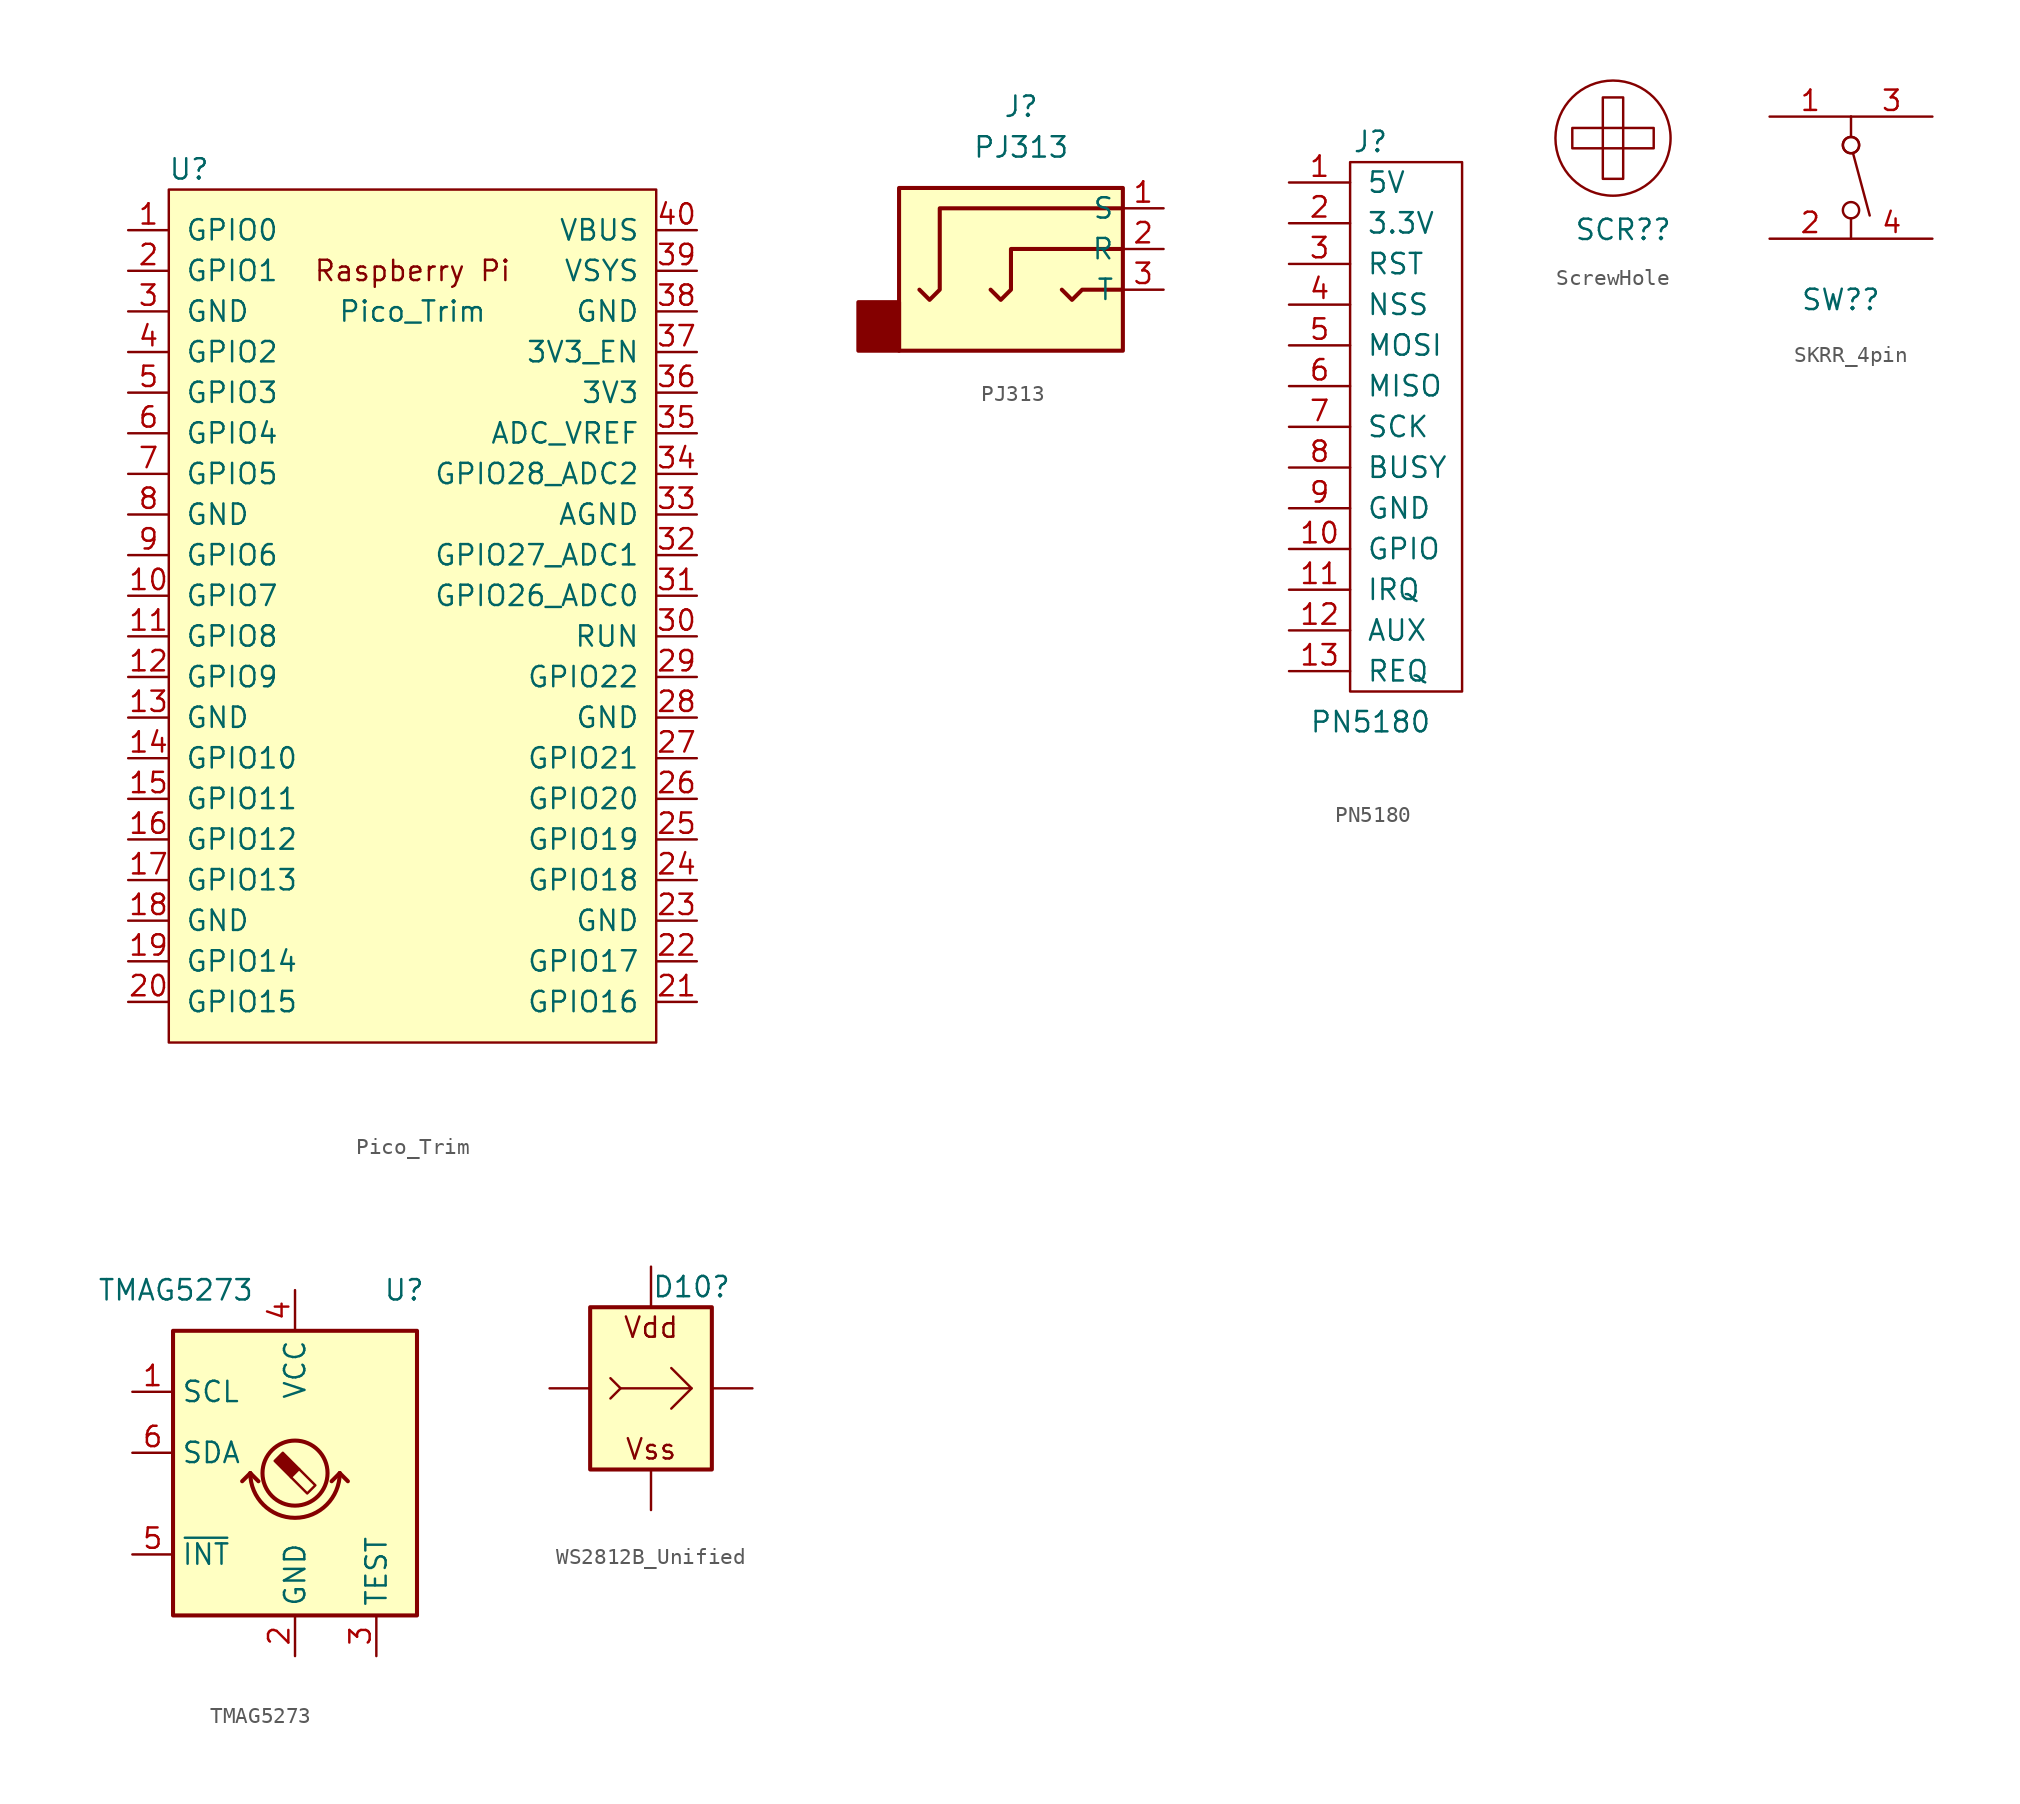
<source format=kicad_sym>
(kicad_symbol_lib
  (version 20241209)
  (generator "kicad_symbol_editor")
  (generator_version "9.0")
  (symbol "Pico_Trim"
    (pin_names
      (offset 1.016))
    (property "Reference" "U"
      (at -13.97 27.94 0)
      (effects (font (size 1.27 1.27))))
    (property "Value" "Pico_Trim"
      (at 0 19.05 0)
      (effects (font (size 1.27 1.27))))
    (symbol "Pico_Trim_0_0"
      (text "Raspberry Pi" (at 0 21.59 0) (effects (font (size 1.27 1.27)))))
    (symbol "Pico_Trim_0_1"
      (rectangle (start -15.24 26.67) (end 15.24 -26.67) (stroke (width 0) (type default)) (fill (type background))))
    (symbol "Pico_Trim_1_1"
      (pin bidirectional line (at -17.78 24.13 0) (length 2.54) (name "GPIO0" (effects (font (size 1.27 1.27)))) (number "1" (effects (font (size 1.27 1.27)))))
      (pin bidirectional line (at -17.78 21.59 0) (length 2.54) (name "GPIO1" (effects (font (size 1.27 1.27)))) (number "2" (effects (font (size 1.27 1.27)))))
      (pin power_in line (at -17.78 19.05 0) (length 2.54) (name "GND" (effects (font (size 1.27 1.27)))) (number "3" (effects (font (size 1.27 1.27)))))
      (pin bidirectional line (at -17.78 16.51 0) (length 2.54) (name "GPIO2" (effects (font (size 1.27 1.27)))) (number "4" (effects (font (size 1.27 1.27)))))
      (pin bidirectional line (at -17.78 13.97 0) (length 2.54) (name "GPIO3" (effects (font (size 1.27 1.27)))) (number "5" (effects (font (size 1.27 1.27)))))
      (pin bidirectional line (at -17.78 11.43 0) (length 2.54) (name "GPIO4" (effects (font (size 1.27 1.27)))) (number "6" (effects (font (size 1.27 1.27)))))
      (pin bidirectional line (at -17.78 8.89 0) (length 2.54) (name "GPIO5" (effects (font (size 1.27 1.27)))) (number "7" (effects (font (size 1.27 1.27)))))
      (pin power_in line (at -17.78 6.35 0) (length 2.54) (name "GND" (effects (font (size 1.27 1.27)))) (number "8" (effects (font (size 1.27 1.27)))))
      (pin bidirectional line (at -17.78 3.81 0) (length 2.54) (name "GPIO6" (effects (font (size 1.27 1.27)))) (number "9" (effects (font (size 1.27 1.27)))))
      (pin bidirectional line (at -17.78 1.27 0) (length 2.54) (name "GPIO7" (effects (font (size 1.27 1.27)))) (number "10" (effects (font (size 1.27 1.27)))))
      (pin bidirectional line (at -17.78 -1.27 0) (length 2.54) (name "GPIO8" (effects (font (size 1.27 1.27)))) (number "11" (effects (font (size 1.27 1.27)))))
      (pin bidirectional line (at -17.78 -3.81 0) (length 2.54) (name "GPIO9" (effects (font (size 1.27 1.27)))) (number "12" (effects (font (size 1.27 1.27)))))
      (pin power_in line (at -17.78 -6.35 0) (length 2.54) (name "GND" (effects (font (size 1.27 1.27)))) (number "13" (effects (font (size 1.27 1.27)))))
      (pin bidirectional line (at -17.78 -8.89 0) (length 2.54) (name "GPIO10" (effects (font (size 1.27 1.27)))) (number "14" (effects (font (size 1.27 1.27)))))
      (pin bidirectional line (at -17.78 -11.43 0) (length 2.54) (name "GPIO11" (effects (font (size 1.27 1.27)))) (number "15" (effects (font (size 1.27 1.27)))))
      (pin bidirectional line (at -17.78 -13.97 0) (length 2.54) (name "GPIO12" (effects (font (size 1.27 1.27)))) (number "16" (effects (font (size 1.27 1.27)))))
      (pin bidirectional line (at -17.78 -16.51 0) (length 2.54) (name "GPIO13" (effects (font (size 1.27 1.27)))) (number "17" (effects (font (size 1.27 1.27)))))
      (pin power_in line (at -17.78 -19.05 0) (length 2.54) (name "GND" (effects (font (size 1.27 1.27)))) (number "18" (effects (font (size 1.27 1.27)))))
      (pin bidirectional line (at -17.78 -21.59 0) (length 2.54) (name "GPIO14" (effects (font (size 1.27 1.27)))) (number "19" (effects (font (size 1.27 1.27)))))
      (pin bidirectional line (at -17.78 -24.13 0) (length 2.54) (name "GPIO15" (effects (font (size 1.27 1.27)))) (number "20" (effects (font (size 1.27 1.27)))))
      (pin unspecified line (at 17.78 24.13 180) (length 2.54) (name "VBUS" (effects (font (size 1.27 1.27)))) (number "40" (effects (font (size 1.27 1.27)))))
      (pin unspecified line (at 17.78 21.59 180) (length 2.54) (name "VSYS" (effects (font (size 1.27 1.27)))) (number "39" (effects (font (size 1.27 1.27)))))
      (pin bidirectional line (at 17.78 19.05 180) (length 2.54) (name "GND" (effects (font (size 1.27 1.27)))) (number "38" (effects (font (size 1.27 1.27)))))
      (pin input line (at 17.78 16.51 180) (length 2.54) (name "3V3_EN" (effects (font (size 1.27 1.27)))) (number "37" (effects (font (size 1.27 1.27)))))
      (pin unspecified line (at 17.78 13.97 180) (length 2.54) (name "3V3" (effects (font (size 1.27 1.27)))) (number "36" (effects (font (size 1.27 1.27)))))
      (pin unspecified line (at 17.78 11.43 180) (length 2.54) (name "ADC_VREF" (effects (font (size 1.27 1.27)))) (number "35" (effects (font (size 1.27 1.27)))))
      (pin bidirectional line (at 17.78 8.89 180) (length 2.54) (name "GPIO28_ADC2" (effects (font (size 1.27 1.27)))) (number "34" (effects (font (size 1.27 1.27)))))
      (pin power_in line (at 17.78 6.35 180) (length 2.54) (name "AGND" (effects (font (size 1.27 1.27)))) (number "33" (effects (font (size 1.27 1.27)))))
      (pin bidirectional line (at 17.78 3.81 180) (length 2.54) (name "GPIO27_ADC1" (effects (font (size 1.27 1.27)))) (number "32" (effects (font (size 1.27 1.27)))))
      (pin bidirectional line (at 17.78 1.27 180) (length 2.54) (name "GPIO26_ADC0" (effects (font (size 1.27 1.27)))) (number "31" (effects (font (size 1.27 1.27)))))
      (pin input line (at 17.78 -1.27 180) (length 2.54) (name "RUN" (effects (font (size 1.27 1.27)))) (number "30" (effects (font (size 1.27 1.27)))))
      (pin bidirectional line (at 17.78 -3.81 180) (length 2.54) (name "GPIO22" (effects (font (size 1.27 1.27)))) (number "29" (effects (font (size 1.27 1.27)))))
      (pin power_in line (at 17.78 -6.35 180) (length 2.54) (name "GND" (effects (font (size 1.27 1.27)))) (number "28" (effects (font (size 1.27 1.27)))))
      (pin bidirectional line (at 17.78 -8.89 180) (length 2.54) (name "GPIO21" (effects (font (size 1.27 1.27)))) (number "27" (effects (font (size 1.27 1.27)))))
      (pin bidirectional line (at 17.78 -11.43 180) (length 2.54) (name "GPIO20" (effects (font (size 1.27 1.27)))) (number "26" (effects (font (size 1.27 1.27)))))
      (pin bidirectional line (at 17.78 -13.97 180) (length 2.54) (name "GPIO19" (effects (font (size 1.27 1.27)))) (number "25" (effects (font (size 1.27 1.27)))))
      (pin bidirectional line (at 17.78 -16.51 180) (length 2.54) (name "GPIO18" (effects (font (size 1.27 1.27)))) (number "24" (effects (font (size 1.27 1.27)))))
      (pin power_in line (at 17.78 -19.05 180) (length 2.54) (name "GND" (effects (font (size 1.27 1.27)))) (number "23" (effects (font (size 1.27 1.27)))))
      (pin bidirectional line (at 17.78 -21.59 180) (length 2.54) (name "GPIO17" (effects (font (size 1.27 1.27)))) (number "22" (effects (font (size 1.27 1.27)))))
      (pin bidirectional line (at 17.78 -24.13 180) (length 2.54) (name "GPIO16" (effects (font (size 1.27 1.27)))) (number "21" (effects (font (size 1.27 1.27)))))))
  (symbol "PJ313"
    (property "Reference" "J"
      (at 0 8.89 0)
      (effects (font (size 1.27 1.27))))
    (property "Value" "PJ313"
      (at 0 6.35 0)
      (effects (font (size 1.27 1.27))))
    (symbol "PJ313_0_1"
      (rectangle (start -10.16 -3.319) (end -7.62 -6.35) (stroke (width 0.254) (type default)) (fill (type outline)))
      (rectangle (start -7.62 3.81) (end 6.35 -6.35) (stroke (width 0.254) (type default)) (fill (type background)))
      (polyline (pts (xy -1.905 -2.54) (xy -1.27 -3.175) (xy -0.635 -2.54) (xy -0.635 0) (xy 6.35 0)) (stroke (width 0.254) (type default)) (fill (type none)))
      (polyline (pts (xy 2.54 -2.54) (xy 3.175 -3.175) (xy 3.81 -2.54) (xy 6.35 -2.54)) (stroke (width 0.254) (type default)) (fill (type none)))
      (polyline (pts (xy 6.35 2.54) (xy -5.08 2.54) (xy -5.08 -2.54) (xy -5.715 -3.175) (xy -6.35 -2.54)) (stroke (width 0.254) (type default)) (fill (type none))))
    (symbol "PJ313_1_1"
      (pin passive line (at 8.89 2.54 180) (length 2.54) (name "S" (effects (font (size 1.27 1.27)))) (number "1" (effects (font (size 1.27 1.27)))))
      (pin passive line (at 8.89 0 180) (length 2.54) (name "R" (effects (font (size 1.27 1.27)))) (number "2" (effects (font (size 1.27 1.27)))))
      (pin passive line (at 8.89 -2.54 180) (length 2.54) (name "T" (effects (font (size 1.27 1.27)))) (number "3" (effects (font (size 1.27 1.27)))))))
  (symbol "PN5180"
    (pin_names
      (offset 1.016))
    (property "Reference" "J"
      (at 0 17.78 0)
      (effects (font (size 1.27 1.27))))
    (property "Value" "PN5180"
      (at 0 -18.415 0)
      (effects (font (size 1.27 1.27))))
    (symbol "PN5180_1_1"
      (rectangle (start -1.27 16.51) (end 5.715 -16.51) (stroke (width 0) (type default)) (fill (type none)))
      (pin power_in line (at -5.08 15.24 0) (length 3.81) (name "5V" (effects (font (size 1.27 1.27)))) (number "1" (effects (font (size 1.27 1.27)))))
      (pin power_in line (at -5.08 12.7 0) (length 3.81) (name "3.3V" (effects (font (size 1.27 1.27)))) (number "2" (effects (font (size 1.27 1.27)))))
      (pin input line (at -5.08 10.16 0) (length 3.81) (name "RST" (effects (font (size 1.27 1.27)))) (number "3" (effects (font (size 1.27 1.27)))))
      (pin input line (at -5.08 7.62 0) (length 3.81) (name "NSS" (effects (font (size 1.27 1.27)))) (number "4" (effects (font (size 1.27 1.27)))))
      (pin input line (at -5.08 5.08 0) (length 3.81) (name "MOSI" (effects (font (size 1.27 1.27)))) (number "5" (effects (font (size 1.27 1.27)))))
      (pin output line (at -5.08 2.54 0) (length 3.81) (name "MISO" (effects (font (size 1.27 1.27)))) (number "6" (effects (font (size 1.27 1.27)))))
      (pin input line (at -5.08 0 0) (length 3.81) (name "SCK" (effects (font (size 1.27 1.27)))) (number "7" (effects (font (size 1.27 1.27)))))
      (pin output line (at -5.08 -2.54 0) (length 3.81) (name "BUSY" (effects (font (size 1.27 1.27)))) (number "8" (effects (font (size 1.27 1.27)))))
      (pin power_in line (at -5.08 -5.08 0) (length 3.81) (name "GND" (effects (font (size 1.27 1.27)))) (number "9" (effects (font (size 1.27 1.27)))))
      (pin bidirectional line (at -5.08 -7.62 0) (length 3.81) (name "GPIO" (effects (font (size 1.27 1.27)))) (number "10" (effects (font (size 1.27 1.27)))))
      (pin output line (at -5.08 -10.16 0) (length 3.81) (name "IRQ" (effects (font (size 1.27 1.27)))) (number "11" (effects (font (size 1.27 1.27)))))
      (pin bidirectional line (at -5.08 -12.7 0) (length 3.81) (name "AUX" (effects (font (size 1.27 1.27)))) (number "12" (effects (font (size 1.27 1.27)))))
      (pin bidirectional line (at -5.08 -15.24 0) (length 3.81) (name "REQ" (effects (font (size 1.27 1.27)))) (number "13" (effects (font (size 1.27 1.27)))))))
  (symbol "ScrewHole"
    (pin_names
      (offset 0)
      (hide yes))
    (property "Reference" "SCR?"
      (at 0.635 -5.715 0)
      (effects (font (size 1.27 1.27))))
    (symbol "ScrewHole_0_1"
      (rectangle (start -2.54 0.635) (end 2.54 -0.635) (stroke (width 0) (type default)) (fill (type none)))
      (rectangle (start -0.635 2.54) (end 0.635 -2.54) (stroke (width 0) (type default)) (fill (type none)))
      (circle (center 0 0) (radius 3.592) (stroke (width 0) (type default)) (fill (type none)))))
  (symbol "SKRR_4pin"
    (pin_names
      (offset 0)
      (hide yes))
    (property "Reference" "SW?"
      (at -0.635 -7.62 0)
      (effects (font (size 1.27 1.27))))
    (symbol "SKRR_4pin_0_0"
      (circle (center 0 2.032) (radius 0.508) (stroke (width 0) (type default)) (fill (type none)))
      (circle (center 0 2.032) (radius 0.508) (stroke (width 0) (type default)) (fill (type none)))
      (circle (center 0 -2.032) (radius 0.508) (stroke (width 0) (type default)) (fill (type none)))
      (polyline (pts (xy 0.127 1.524) (xy 1.168 -2.362)) (stroke (width 0) (type default)) (fill (type none))))
    (symbol "SKRR_4pin_0_1"
      (polyline (pts (xy 0 3.81) (xy 0 2.54)) (stroke (width 0) (type default)) (fill (type none)))
      (polyline (pts (xy 0 -2.54) (xy 0 -3.81)) (stroke (width 0) (type default)) (fill (type none))))
    (symbol "SKRR_4pin_1_1"
      (pin passive line (at -5.08 3.81 0) (length 5.08) (name "~" (effects (font (size 1.27 1.27)))) (number "1" (effects (font (size 1.27 1.27)))))
      (pin passive line (at -5.08 -3.81 0) (length 5.08) (name "~" (effects (font (size 1.27 1.27)))) (number "2" (effects (font (size 1.27 1.27)))))
      (pin passive line (at 5.08 3.81 180) (length 5.08) (name "~" (effects (font (size 1.27 1.27)))) (number "3" (effects (font (size 1.27 1.27)))))
      (pin passive line (at 5.08 -3.81 180) (length 5.08) (name "~" (effects (font (size 1.27 1.27)))) (number "4" (effects (font (size 1.27 1.27)))))))
  (symbol "TMAG5273"
    (property "Reference" "U"
      (at 8.128 11.43 0)
      (effects (font (size 1.27 1.27)) (justify right)))
    (property "Value" "TMAG5273"
      (at -2.54 11.43 0)
      (effects (font (size 1.27 1.27)) (justify right)))
    (symbol "TMAG5273_0_1"
      (rectangle (start -7.62 8.89) (end 7.62 -8.89) (stroke (width 0.254) (type default)) (fill (type background)))
      (polyline (pts (xy -2.794 0) (xy -3.302 -0.508)) (stroke (width 0.254) (type default)) (fill (type none)))
      (polyline (pts (xy -2.794 0) (xy -2.286 -0.508)) (stroke (width 0.254) (type default)) (fill (type none)))
      (arc (start 2.794 0) (mid 0 -2.7819) (end -2.794 0) (stroke (width 0.254) (type default)) (fill (type none)))
      (polyline (pts (xy 2.794 0) (xy 2.286 -0.508)) (stroke (width 0.254) (type default)) (fill (type none)))
      (polyline (pts (xy 2.794 0) (xy 3.302 -0.508)) (stroke (width 0.254) (type default)) (fill (type none))))
    (symbol "TMAG5273_1_1"
      (polyline (pts (xy -0.762 1.27) (xy 0.254 0.254) (xy -0.254 -0.254) (xy -1.27 0.762) (xy -1.016 1.016) (xy -0.762 1.27) (xy -0.635 1.143)) (stroke (width 0) (type default)) (fill (type outline)))
      (circle (center 0 0) (radius 2.032) (stroke (width 0.254) (type default)) (fill (type none)))
      (polyline (pts (xy 0.254 0.254) (xy 1.27 -0.762) (xy 0.762 -1.27) (xy -0.254 -0.254)) (stroke (width 0) (type default)) (fill (type none)))
      (pin tri_state line (at -10.16 5.08 0) (length 2.54) (name "SCL" (effects (font (size 1.27 1.27)))) (number "1" (effects (font (size 1.27 1.27)))))
      (pin tri_state line (at -10.16 1.27 0) (length 2.54) (name "SDA" (effects (font (size 1.27 1.27)))) (number "6" (effects (font (size 1.27 1.27)))))
      (pin tri_state line (at -10.16 -5.08 0) (length 2.54) (name "~{INT}" (effects (font (size 1.27 1.27)))) (number "5" (effects (font (size 1.27 1.27)))))
      (pin power_in line (at 0 11.43 270) (length 2.54) (name "VCC" (effects (font (size 1.27 1.27)))) (number "4" (effects (font (size 1.27 1.27)))))
      (pin power_in line (at 0 -11.43 90) (length 2.54) (name "GND" (effects (font (size 1.27 1.27)))) (number "2" (effects (font (size 1.27 1.27)))))
      (pin passive line (at 5.08 -11.43 90) (length 2.54) (name "TEST" (effects (font (size 1.27 1.27)))) (number "3" (effects (font (size 1.27 1.27)))))))
  (symbol "WS2812B_Unified"
    (pin_numbers
      (hide yes))
    (pin_names
      (offset 0.254)
      (hide yes))
    (property "Reference" "D10"
      (at 2.54 6.35 0)
      (effects (font (size 1.27 1.27))))
    (symbol "WS2812B_Unified_0_0"
      (polyline (pts (xy -1.905 0) (xy 2.54 0) (xy 1.27 1.27)) (stroke (width 0) (type default)) (fill (type none)))
      (text "Vdd" (at 0 3.81 0) (effects (font (size 1.27 1.27))))
      (text "Vss" (at 0 -3.81 0) (effects (font (size 1.27 1.27)))))
    (symbol "WS2812B_Unified_0_1"
      (rectangle (start -3.81 5.08) (end 3.81 -5.08) (stroke (width 0.254) (type default)) (fill (type background)))
      (polyline (pts (xy -2.54 0.635) (xy -1.905 0) (xy -2.54 -0.635)) (stroke (width 0) (type default)) (fill (type none)))
      (polyline (pts (xy 1.27 -1.27) (xy 2.54 0)) (stroke (width 0) (type default)) (fill (type none))))
    (symbol "WS2812B_Unified_1_1"
      (pin input line (at -6.35 0 0) (length 2.54) (name "In" (effects (font (size 1.27 1.27)))) (number "I" (effects (font (size 1.27 1.27)))))
      (pin power_in line (at 0 7.62 270) (length 2.54) (name "VDD" (effects (font (size 1.27 1.27)))) (number "V" (effects (font (size 1.27 1.27)))))
      (pin power_in line (at 0 -7.62 90) (length 2.54) (name "VSS" (effects (font (size 1.27 1.27)))) (number "G" (effects (font (size 1.27 1.27)))))
      (pin output line (at 6.35 0 180) (length 2.54) (name "Out" (effects (font (size 1.27 1.27)))) (number "O" (effects (font (size 1.27 1.27))))))))
</source>
